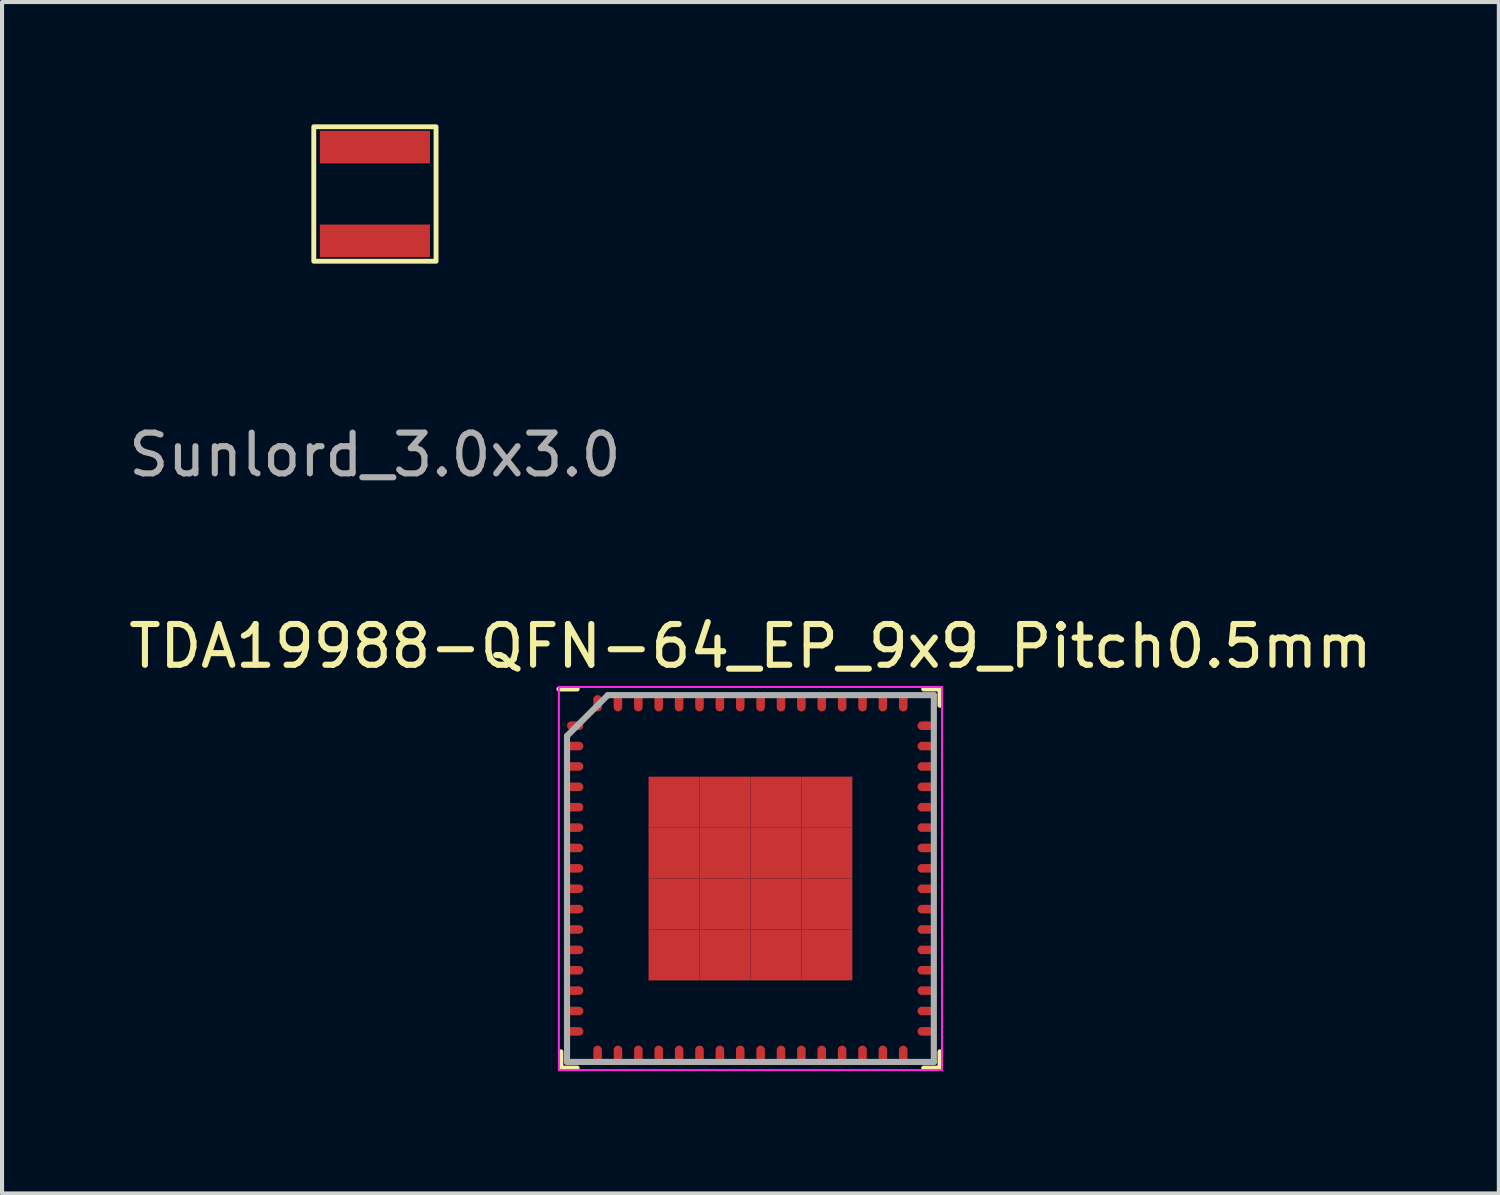
<source format=kicad_pcb>
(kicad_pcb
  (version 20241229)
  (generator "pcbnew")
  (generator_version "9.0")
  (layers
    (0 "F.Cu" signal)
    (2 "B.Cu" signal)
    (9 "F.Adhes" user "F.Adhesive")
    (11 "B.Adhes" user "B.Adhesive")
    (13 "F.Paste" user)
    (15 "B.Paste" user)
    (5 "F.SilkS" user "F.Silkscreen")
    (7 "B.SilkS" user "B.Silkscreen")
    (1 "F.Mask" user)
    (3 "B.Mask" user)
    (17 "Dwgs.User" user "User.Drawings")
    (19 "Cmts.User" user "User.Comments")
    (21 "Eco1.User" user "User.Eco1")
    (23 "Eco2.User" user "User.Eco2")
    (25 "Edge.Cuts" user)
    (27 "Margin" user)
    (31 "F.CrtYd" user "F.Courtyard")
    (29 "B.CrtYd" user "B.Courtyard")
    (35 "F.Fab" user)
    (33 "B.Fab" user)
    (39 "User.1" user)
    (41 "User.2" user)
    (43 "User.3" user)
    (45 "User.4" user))
  (footprint "Sunlord_3.0x3.0"
    (layer "F.Cu")
    (at 6.149 1.71)
    (property "Reference" "Sunlord_3.0x3.0" (at 0 3.4 0) (unlocked yes) (layer "User.1") (effects (font (size 1 1) (thickness 0.15))))
    (fp_rect (start -1.5 -1.65) (end 1.5 1.65) (stroke (width 0.12) (type solid)) (fill no) (layer "F.SilkS"))
    (fp_text user "${REFERENCE}" (at 0 6.4 0) (unlocked yes) (layer "F.Fab") (effects (font (size 1 1) (thickness 0.15))))
    (pad "1" smd rect (at 0 -1.15) (size 2.7 0.8) (layers "F.Cu" "F.Mask" "F.Paste"))
    (pad "2" smd rect (at 0 1.15) (size 2.7 0.8) (layers "F.Cu" "F.Mask" "F.Paste")))
  (footprint "TDA19988-QFN-64_EP_9x9_Pitch0.5mm"
    (layer "F.Cu")
    (at 15.363 18.506)
    (property "Reference" "TDA19988-QFN-64_EP_9x9_Pitch0.5mm" (at 0 -5.7 0) (layer "F.SilkS") (effects (font (size 1 1) (thickness 0.15))))
    (attr through_hole)
    (fp_line (start -4.65 4.65) (end -4.65 4.25) (stroke (width 0.12) (type solid)) (layer "F.SilkS"))
    (fp_line (start -4.25 -4.65) (end -4.7 -4.65) (stroke (width 0.12) (type solid)) (layer "F.SilkS"))
    (fp_line (start -4.25 4.65) (end -4.65 4.65) (stroke (width 0.12) (type solid)) (layer "F.SilkS"))
    (fp_line (start 4.25 -4.65) (end 4.65 -4.65) (stroke (width 0.12) (type solid)) (layer "F.SilkS"))
    (fp_line (start 4.25 4.65) (end 4.65 4.65) (stroke (width 0.12) (type solid)) (layer "F.SilkS"))
    (fp_line (start 4.65 -4.65) (end 4.65 -4.25) (stroke (width 0.12) (type solid)) (layer "F.SilkS"))
    (fp_line (start 4.65 4.65) (end 4.65 4.25) (stroke (width 0.12) (type solid)) (layer "F.SilkS"))
    (fp_line (start -4.7 -4.7) (end 4.7 -4.7) (stroke (width 0.05) (type solid)) (layer "F.CrtYd"))
    (fp_line (start -4.7 4.7) (end -4.7 -4.7) (stroke (width 0.05) (type solid)) (layer "F.CrtYd"))
    (fp_line (start 4.7 -4.7) (end 4.7 4.7) (stroke (width 0.05) (type solid)) (layer "F.CrtYd"))
    (fp_line (start 4.7 4.7) (end -4.7 4.7) (stroke (width 0.05) (type solid)) (layer "F.CrtYd"))
    (fp_line (start -4.5 -3.5) (end -4.5 4.5) (stroke (width 0.15) (type solid)) (layer "F.Fab"))
    (fp_line (start -4.5 4.5) (end 4.5 4.5) (stroke (width 0.15) (type solid)) (layer "F.Fab"))
    (fp_line (start -3.5 -4.5) (end -4.5 -3.5) (stroke (width 0.15) (type solid)) (layer "F.Fab"))
    (fp_line (start 4.5 -4.5) (end -3.5 -4.5) (stroke (width 0.15) (type solid)) (layer "F.Fab"))
    (fp_line (start 4.5 4.5) (end 4.5 -4.5) (stroke (width 0.15) (type solid)) (layer "F.Fab"))
    (pad "1" smd oval (at -4.3 -3.75 90) (size 0.21 0.4) (layers "F.Cu" "F.Mask" "F.Paste"))
    (pad "2" smd oval (at -4.3 -3.25 90) (size 0.21 0.4) (layers "F.Cu" "F.Mask" "F.Paste"))
    (pad "3" smd oval (at -4.3 -2.75 90) (size 0.21 0.4) (layers "F.Cu" "F.Mask" "F.Paste"))
    (pad "4" smd oval (at -4.3 -2.25 90) (size 0.21 0.4) (layers "F.Cu" "F.Mask" "F.Paste"))
    (pad "5" smd oval (at -4.3 -1.75 90) (size 0.21 0.4) (layers "F.Cu" "F.Mask" "F.Paste"))
    (pad "6" smd oval (at -4.3 -1.25 90) (size 0.21 0.4) (layers "F.Cu" "F.Mask" "F.Paste"))
    (pad "7" smd oval (at -4.3 -0.75 90) (size 0.21 0.4) (layers "F.Cu" "F.Mask" "F.Paste"))
    (pad "8" smd oval (at -4.3 -0.25 90) (size 0.21 0.4) (layers "F.Cu" "F.Mask" "F.Paste"))
    (pad "9" smd oval (at -4.3 0.25 90) (size 0.21 0.4) (layers "F.Cu" "F.Mask" "F.Paste"))
    (pad "10" smd oval (at -4.3 0.75 90) (size 0.21 0.4) (layers "F.Cu" "F.Mask" "F.Paste"))
    (pad "11" smd oval (at -4.3 1.25 90) (size 0.21 0.4) (layers "F.Cu" "F.Mask" "F.Paste"))
    (pad "12" smd oval (at -4.3 1.75 90) (size 0.21 0.4) (layers "F.Cu" "F.Mask" "F.Paste"))
    (pad "13" smd oval (at -4.3 2.25 90) (size 0.21 0.4) (layers "F.Cu" "F.Mask" "F.Paste"))
    (pad "14" smd oval (at -4.3 2.75 90) (size 0.21 0.4) (layers "F.Cu" "F.Mask" "F.Paste"))
    (pad "15" smd oval (at -4.3 3.25 90) (size 0.21 0.4) (layers "F.Cu" "F.Mask" "F.Paste"))
    (pad "16" smd oval (at -4.3 3.75 90) (size 0.21 0.4) (layers "F.Cu" "F.Mask" "F.Paste"))
    (pad "17" smd oval (at -3.75 4.3) (size 0.21 0.4) (layers "F.Cu" "F.Mask" "F.Paste"))
    (pad "18" smd oval (at -3.25 4.3) (size 0.21 0.4) (layers "F.Cu" "F.Mask" "F.Paste"))
    (pad "19" smd oval (at -2.75 4.3) (size 0.21 0.4) (layers "F.Cu" "F.Mask" "F.Paste"))
    (pad "20" smd oval (at -2.25 4.3) (size 0.21 0.4) (layers "F.Cu" "F.Mask" "F.Paste"))
    (pad "21" smd oval (at -1.75 4.3) (size 0.21 0.4) (layers "F.Cu" "F.Mask" "F.Paste"))
    (pad "22" smd oval (at -1.25 4.3) (size 0.21 0.4) (layers "F.Cu" "F.Mask" "F.Paste"))
    (pad "23" smd oval (at -0.75 4.3) (size 0.21 0.4) (layers "F.Cu" "F.Mask" "F.Paste"))
    (pad "24" smd oval (at -0.25 4.3) (size 0.21 0.4) (layers "F.Cu" "F.Mask" "F.Paste"))
    (pad "25" smd oval (at 0.25 4.3) (size 0.21 0.4) (layers "F.Cu" "F.Mask" "F.Paste"))
    (pad "26" smd oval (at 0.75 4.3) (size 0.21 0.4) (layers "F.Cu" "F.Mask" "F.Paste"))
    (pad "27" smd oval (at 1.25 4.3) (size 0.21 0.4) (layers "F.Cu" "F.Mask" "F.Paste"))
    (pad "28" smd oval (at 1.75 4.3) (size 0.21 0.4) (layers "F.Cu" "F.Mask" "F.Paste"))
    (pad "29" smd oval (at 2.25 4.3) (size 0.21 0.4) (layers "F.Cu" "F.Mask" "F.Paste"))
    (pad "30" smd oval (at 2.75 4.3) (size 0.21 0.4) (layers "F.Cu" "F.Mask" "F.Paste"))
    (pad "31" smd oval (at 3.25 4.3) (size 0.21 0.4) (layers "F.Cu" "F.Mask" "F.Paste"))
    (pad "32" smd oval (at 3.75 4.3) (size 0.21 0.4) (layers "F.Cu" "F.Mask" "F.Paste"))
    (pad "33" smd oval (at 4.3 3.75 90) (size 0.21 0.4) (layers "F.Cu" "F.Mask" "F.Paste"))
    (pad "34" smd oval (at 4.3 3.25 90) (size 0.21 0.4) (layers "F.Cu" "F.Mask" "F.Paste"))
    (pad "35" smd oval (at 4.3 2.75 90) (size 0.21 0.4) (layers "F.Cu" "F.Mask" "F.Paste"))
    (pad "36" smd oval (at 4.3 2.25 90) (size 0.21 0.4) (layers "F.Cu" "F.Mask" "F.Paste"))
    (pad "37" smd oval (at 4.3 1.75 90) (size 0.21 0.4) (layers "F.Cu" "F.Mask" "F.Paste"))
    (pad "38" smd oval (at 4.3 1.25 90) (size 0.21 0.4) (layers "F.Cu" "F.Mask" "F.Paste"))
    (pad "39" smd oval (at 4.3 0.75 90) (size 0.21 0.4) (layers "F.Cu" "F.Mask" "F.Paste"))
    (pad "40" smd oval (at 4.3 0.25 90) (size 0.21 0.4) (layers "F.Cu" "F.Mask" "F.Paste"))
    (pad "41" smd oval (at 4.3 -0.25 90) (size 0.21 0.4) (layers "F.Cu" "F.Mask" "F.Paste"))
    (pad "42" smd oval (at 4.3 -0.75 90) (size 0.21 0.4) (layers "F.Cu" "F.Mask" "F.Paste"))
    (pad "43" smd oval (at 4.3 -1.25 90) (size 0.21 0.4) (layers "F.Cu" "F.Mask" "F.Paste"))
    (pad "44" smd oval (at 4.3 -1.75 90) (size 0.21 0.4) (layers "F.Cu" "F.Mask" "F.Paste"))
    (pad "45" smd oval (at 4.3 -2.25 90) (size 0.21 0.4) (layers "F.Cu" "F.Mask" "F.Paste"))
    (pad "46" smd oval (at 4.3 -2.75 90) (size 0.21 0.4) (layers "F.Cu" "F.Mask" "F.Paste"))
    (pad "47" smd oval (at 4.3 -3.25 90) (size 0.21 0.4) (layers "F.Cu" "F.Mask" "F.Paste"))
    (pad "48" smd oval (at 4.3 -3.75 90) (size 0.21 0.4) (layers "F.Cu" "F.Mask" "F.Paste"))
    (pad "49" smd oval (at 3.75 -4.3) (size 0.21 0.4) (layers "F.Cu" "F.Mask" "F.Paste"))
    (pad "50" smd oval (at 3.25 -4.3) (size 0.21 0.4) (layers "F.Cu" "F.Mask" "F.Paste"))
    (pad "51" smd oval (at 2.75 -4.3) (size 0.21 0.4) (layers "F.Cu" "F.Mask" "F.Paste"))
    (pad "52" smd oval (at 2.25 -4.3) (size 0.21 0.4) (layers "F.Cu" "F.Mask" "F.Paste"))
    (pad "53" smd oval (at 1.75 -4.3) (size 0.21 0.4) (layers "F.Cu" "F.Mask" "F.Paste"))
    (pad "54" smd oval (at 1.25 -4.3) (size 0.21 0.4) (layers "F.Cu" "F.Mask" "F.Paste"))
    (pad "55" smd oval (at 0.75 -4.3) (size 0.21 0.4) (layers "F.Cu" "F.Mask" "F.Paste"))
    (pad "56" smd oval (at 0.25 -4.3) (size 0.21 0.4) (layers "F.Cu" "F.Mask" "F.Paste"))
    (pad "57" smd oval (at -0.25 -4.3) (size 0.21 0.4) (layers "F.Cu" "F.Mask" "F.Paste"))
    (pad "58" smd oval (at -0.75 -4.3) (size 0.21 0.4) (layers "F.Cu" "F.Mask" "F.Paste"))
    (pad "59" smd oval (at -1.25 -4.3) (size 0.21 0.4) (layers "F.Cu" "F.Mask" "F.Paste"))
    (pad "60" smd oval (at -1.75 -4.3) (size 0.21 0.4) (layers "F.Cu" "F.Mask" "F.Paste"))
    (pad "61" smd oval (at -2.25 -4.3) (size 0.21 0.4) (layers "F.Cu" "F.Mask" "F.Paste"))
    (pad "62" smd oval (at -2.75 -4.3) (size 0.21 0.4) (layers "F.Cu" "F.Mask" "F.Paste"))
    (pad "63" smd oval (at -3.25 -4.3) (size 0.21 0.4) (layers "F.Cu" "F.Mask" "F.Paste"))
    (pad "64" smd oval (at -3.75 -4.3) (size 0.21 0.4) (layers "F.Cu" "F.Mask" "F.Paste"))
    (pad "65" smd rect (at -1.875 -1.875) (size 1.25 1.25) (layers "F.Cu" "F.Mask" "F.Paste"))
    (pad "65" smd rect (at -1.875 -0.625) (size 1.25 1.25) (layers "F.Cu" "F.Mask" "F.Paste"))
    (pad "65" smd rect (at -1.875 0.625) (size 1.25 1.25) (layers "F.Cu" "F.Mask" "F.Paste"))
    (pad "65" smd rect (at -1.875 1.875) (size 1.25 1.25) (layers "F.Cu" "F.Mask" "F.Paste"))
    (pad "65" smd rect (at -0.625 -1.875) (size 1.25 1.25) (layers "F.Cu" "F.Mask" "F.Paste"))
    (pad "65" smd rect (at -0.625 -0.625) (size 1.25 1.25) (layers "F.Cu" "F.Mask" "F.Paste"))
    (pad "65" smd rect (at -0.625 0.625) (size 1.25 1.25) (layers "F.Cu" "F.Mask" "F.Paste"))
    (pad "65" smd rect (at -0.625 1.875) (size 1.25 1.25) (layers "F.Cu" "F.Mask" "F.Paste"))
    (pad "65" smd rect (at 0.625 -1.875) (size 1.25 1.25) (layers "F.Cu" "F.Mask" "F.Paste"))
    (pad "65" smd rect (at 0.625 -0.625) (size 1.25 1.25) (layers "F.Cu" "F.Mask" "F.Paste"))
    (pad "65" smd rect (at 0.625 0.625) (size 1.25 1.25) (layers "F.Cu" "F.Mask" "F.Paste"))
    (pad "65" smd rect (at 0.625 1.875) (size 1.25 1.25) (layers "F.Cu" "F.Mask" "F.Paste"))
    (pad "65" smd rect (at 1.875 -1.875) (size 1.25 1.25) (layers "F.Cu" "F.Mask" "F.Paste"))
    (pad "65" smd rect (at 1.875 -0.625) (size 1.25 1.25) (layers "F.Cu" "F.Mask" "F.Paste"))
    (pad "65" smd rect (at 1.875 0.625) (size 1.25 1.25) (layers "F.Cu" "F.Mask" "F.Paste"))
    (pad "65" smd rect (at 1.875 1.875) (size 1.25 1.25) (layers "F.Cu" "F.Mask" "F.Paste")))
  (gr_rect
    (start -3 -3)
    (end 33.726 26.232)
    (stroke (width 0.1) (type default))
    (fill no)
    (layer "Edge.Cuts")))
</source>
